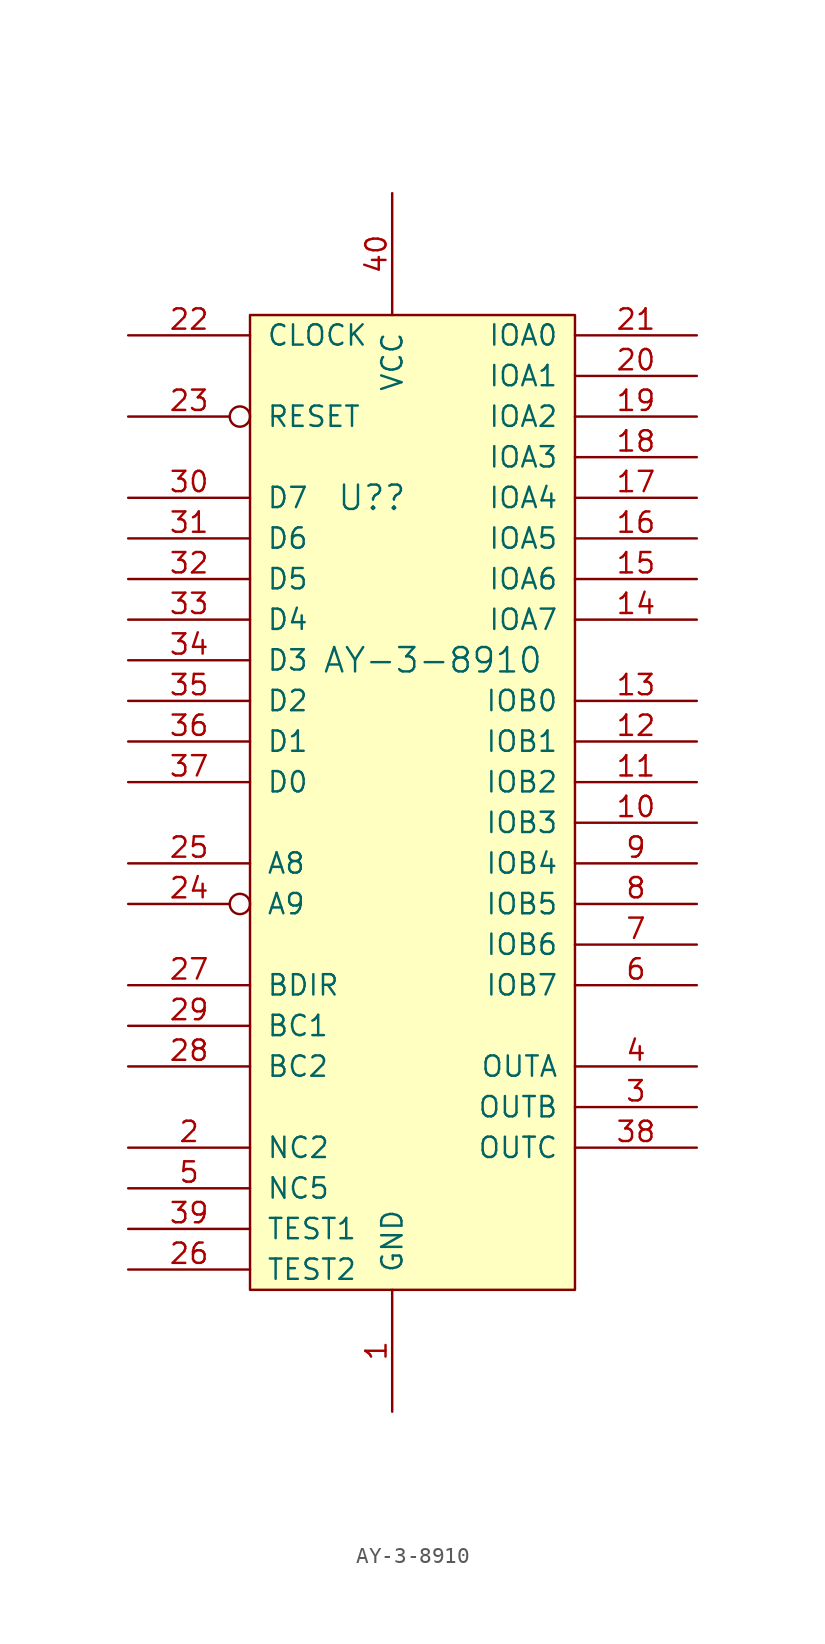
<source format=kicad_sym>
(kicad_symbol_lib
  (version 20211014)
  (generator kicad_symbol_editor)
  (symbol "AY-3-8910"
    (pin_names
      (offset 1.016))
    (property "Reference" "U?"
      (at -2.54 19.05 0)
      (effects (font (size 1.524 1.524))))
    (property "Value" "AY-3-8910"
      (at 1.27 8.89 0)
      (effects (font (size 1.524 1.524))))
    (symbol "AY-3-8910_0_1"
      (rectangle (start -10.16 -30.48) (end 10.16 30.48) (stroke (width 0) (type default) (color 0 0 0 0)) (fill (type background))))
    (symbol "AY-3-8910_1_1"
      (pin power_in line (at -1.27 -38.1 90) (length 7.62) (name "GND" (effects (font (size 1.27 1.27)))) (number "1" (effects (font (size 1.27 1.27)))))
      (pin bidirectional line (at 17.78 -1.27 180) (length 7.62) (name "IOB3" (effects (font (size 1.27 1.27)))) (number "10" (effects (font (size 1.27 1.27)))))
      (pin bidirectional line (at 17.78 1.27 180) (length 7.62) (name "IOB2" (effects (font (size 1.27 1.27)))) (number "11" (effects (font (size 1.27 1.27)))))
      (pin bidirectional line (at 17.78 3.81 180) (length 7.62) (name "IOB1" (effects (font (size 1.27 1.27)))) (number "12" (effects (font (size 1.27 1.27)))))
      (pin bidirectional line (at 17.78 6.35 180) (length 7.62) (name "IOB0" (effects (font (size 1.27 1.27)))) (number "13" (effects (font (size 1.27 1.27)))))
      (pin bidirectional line (at 17.78 11.43 180) (length 7.62) (name "IOA7" (effects (font (size 1.27 1.27)))) (number "14" (effects (font (size 1.27 1.27)))))
      (pin bidirectional line (at 17.78 13.97 180) (length 7.62) (name "IOA6" (effects (font (size 1.27 1.27)))) (number "15" (effects (font (size 1.27 1.27)))))
      (pin bidirectional line (at 17.78 16.51 180) (length 7.62) (name "IOA5" (effects (font (size 1.27 1.27)))) (number "16" (effects (font (size 1.27 1.27)))))
      (pin bidirectional line (at 17.78 19.05 180) (length 7.62) (name "IOA4" (effects (font (size 1.27 1.27)))) (number "17" (effects (font (size 1.27 1.27)))))
      (pin bidirectional line (at 17.78 21.59 180) (length 7.62) (name "IOA3" (effects (font (size 1.27 1.27)))) (number "18" (effects (font (size 1.27 1.27)))))
      (pin bidirectional line (at 17.78 24.13 180) (length 7.62) (name "IOA2" (effects (font (size 1.27 1.27)))) (number "19" (effects (font (size 1.27 1.27)))))
      (pin input line (at -17.78 -21.59 0) (length 7.62) (name "NC2" (effects (font (size 1.27 1.27)))) (number "2" (effects (font (size 1.27 1.27)))))
      (pin bidirectional line (at 17.78 26.67 180) (length 7.62) (name "IOA1" (effects (font (size 1.27 1.27)))) (number "20" (effects (font (size 1.27 1.27)))))
      (pin bidirectional line (at 17.78 29.21 180) (length 7.62) (name "IOA0" (effects (font (size 1.27 1.27)))) (number "21" (effects (font (size 1.27 1.27)))))
      (pin input line (at -17.78 29.21 0) (length 7.62) (name "CLOCK" (effects (font (size 1.27 1.27)))) (number "22" (effects (font (size 1.27 1.27)))))
      (pin input inverted (at -17.78 24.13 0) (length 7.62) (name "RESET" (effects (font (size 1.27 1.27)))) (number "23" (effects (font (size 1.27 1.27)))))
      (pin input inverted (at -17.78 -6.35 0) (length 7.62) (name "A9" (effects (font (size 1.27 1.27)))) (number "24" (effects (font (size 1.27 1.27)))))
      (pin input line (at -17.78 -3.81 0) (length 7.62) (name "A8" (effects (font (size 1.27 1.27)))) (number "25" (effects (font (size 1.27 1.27)))))
      (pin input line (at -17.78 -29.21 0) (length 7.62) (name "TEST2" (effects (font (size 1.27 1.27)))) (number "26" (effects (font (size 1.27 1.27)))))
      (pin input line (at -17.78 -11.43 0) (length 7.62) (name "BDIR" (effects (font (size 1.27 1.27)))) (number "27" (effects (font (size 1.27 1.27)))))
      (pin input line (at -17.78 -16.51 0) (length 7.62) (name "BC2" (effects (font (size 1.27 1.27)))) (number "28" (effects (font (size 1.27 1.27)))))
      (pin input line (at -17.78 -13.97 0) (length 7.62) (name "BC1" (effects (font (size 1.27 1.27)))) (number "29" (effects (font (size 1.27 1.27)))))
      (pin output line (at 17.78 -19.05 180) (length 7.62) (name "OUTB" (effects (font (size 1.27 1.27)))) (number "3" (effects (font (size 1.27 1.27)))))
      (pin bidirectional line (at -17.78 19.05 0) (length 7.62) (name "D7" (effects (font (size 1.27 1.27)))) (number "30" (effects (font (size 1.27 1.27)))))
      (pin bidirectional line (at -17.78 16.51 0) (length 7.62) (name "D6" (effects (font (size 1.27 1.27)))) (number "31" (effects (font (size 1.27 1.27)))))
      (pin bidirectional line (at -17.78 13.97 0) (length 7.62) (name "D5" (effects (font (size 1.27 1.27)))) (number "32" (effects (font (size 1.27 1.27)))))
      (pin bidirectional line (at -17.78 11.43 0) (length 7.62) (name "D4" (effects (font (size 1.27 1.27)))) (number "33" (effects (font (size 1.27 1.27)))))
      (pin bidirectional line (at -17.78 8.89 0) (length 7.62) (name "D3" (effects (font (size 1.27 1.27)))) (number "34" (effects (font (size 1.27 1.27)))))
      (pin bidirectional line (at -17.78 6.35 0) (length 7.62) (name "D2" (effects (font (size 1.27 1.27)))) (number "35" (effects (font (size 1.27 1.27)))))
      (pin bidirectional line (at -17.78 3.81 0) (length 7.62) (name "D1" (effects (font (size 1.27 1.27)))) (number "36" (effects (font (size 1.27 1.27)))))
      (pin bidirectional line (at -17.78 1.27 0) (length 7.62) (name "D0" (effects (font (size 1.27 1.27)))) (number "37" (effects (font (size 1.27 1.27)))))
      (pin output line (at 17.78 -21.59 180) (length 7.62) (name "OUTC" (effects (font (size 1.27 1.27)))) (number "38" (effects (font (size 1.27 1.27)))))
      (pin input line (at -17.78 -26.67 0) (length 7.62) (name "TEST1" (effects (font (size 1.27 1.27)))) (number "39" (effects (font (size 1.27 1.27)))))
      (pin output line (at 17.78 -16.51 180) (length 7.62) (name "OUTA" (effects (font (size 1.27 1.27)))) (number "4" (effects (font (size 1.27 1.27)))))
      (pin power_in line (at -1.27 38.1 270) (length 7.62) (name "VCC" (effects (font (size 1.27 1.27)))) (number "40" (effects (font (size 1.27 1.27)))))
      (pin input line (at -17.78 -24.13 0) (length 7.62) (name "NC5" (effects (font (size 1.27 1.27)))) (number "5" (effects (font (size 1.27 1.27)))))
      (pin bidirectional line (at 17.78 -11.43 180) (length 7.62) (name "IOB7" (effects (font (size 1.27 1.27)))) (number "6" (effects (font (size 1.27 1.27)))))
      (pin bidirectional line (at 17.78 -8.89 180) (length 7.62) (name "IOB6" (effects (font (size 1.27 1.27)))) (number "7" (effects (font (size 1.27 1.27)))))
      (pin bidirectional line (at 17.78 -6.35 180) (length 7.62) (name "IOB5" (effects (font (size 1.27 1.27)))) (number "8" (effects (font (size 1.27 1.27)))))
      (pin bidirectional line (at 17.78 -3.81 180) (length 7.62) (name "IOB4" (effects (font (size 1.27 1.27)))) (number "9" (effects (font (size 1.27 1.27))))))))
</source>
